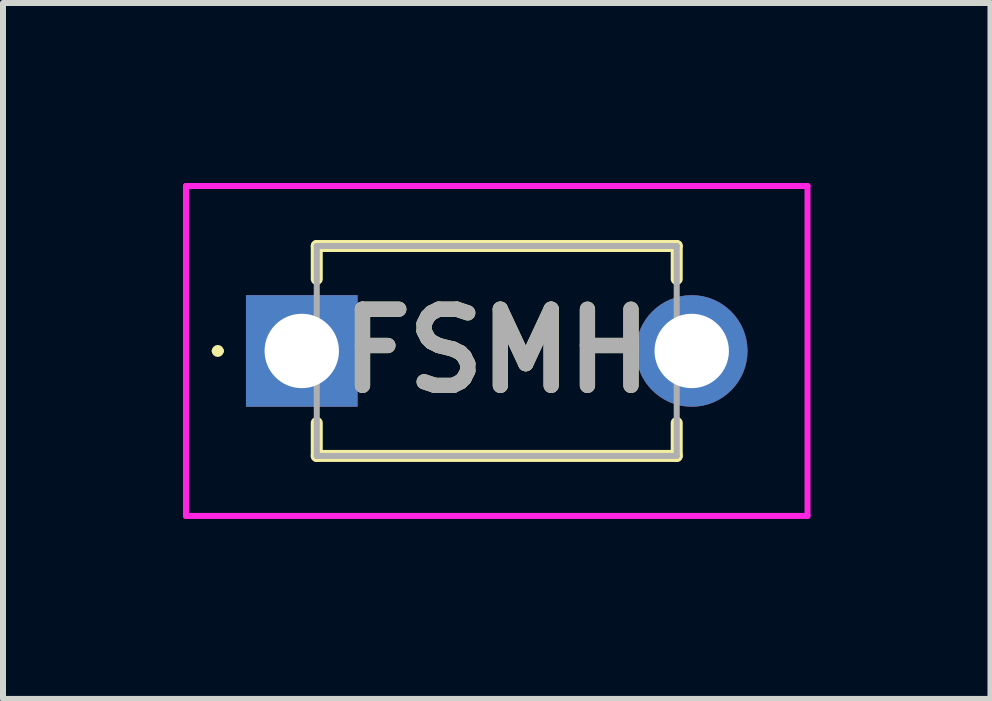
<source format=kicad_pcb>
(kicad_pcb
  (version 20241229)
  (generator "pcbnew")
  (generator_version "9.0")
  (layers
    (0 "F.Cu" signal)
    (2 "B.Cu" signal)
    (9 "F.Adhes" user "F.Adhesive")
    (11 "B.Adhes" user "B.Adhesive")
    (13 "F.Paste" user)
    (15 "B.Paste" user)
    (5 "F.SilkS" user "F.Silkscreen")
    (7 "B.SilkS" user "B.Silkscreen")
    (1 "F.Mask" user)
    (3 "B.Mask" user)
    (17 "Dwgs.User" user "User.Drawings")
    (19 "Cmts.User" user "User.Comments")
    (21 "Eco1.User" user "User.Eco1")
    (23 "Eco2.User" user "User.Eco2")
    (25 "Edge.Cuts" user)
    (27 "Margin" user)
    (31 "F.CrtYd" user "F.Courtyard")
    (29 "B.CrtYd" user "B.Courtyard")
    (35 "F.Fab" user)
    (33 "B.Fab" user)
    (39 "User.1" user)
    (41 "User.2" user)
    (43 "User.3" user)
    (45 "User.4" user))
  (footprint "FSMH"
    (layer "F.Cu")
    (at 1.98 2.8)
    (property "Reference" "FSMH" (at 3.25 0 0) (layer "F.SilkS") (effects (font (size 1.27 1.27) (thickness 0.254))))
    (attr through_hole)
    (fp_line (start -1.45 0) (end -1.45 0) (stroke (width 0.1) (type solid)) (layer "F.SilkS"))
    (fp_line (start -1.35 0) (end -1.35 0) (stroke (width 0.1) (type solid)) (layer "F.SilkS"))
    (fp_line (start 0.25 -1.75) (end 6.25 -1.75) (stroke (width 0.2) (type solid)) (layer "F.SilkS"))
    (fp_line (start 0.25 -1.2) (end 0.25 -1.75) (stroke (width 0.2) (type solid)) (layer "F.SilkS"))
    (fp_line (start 0.25 1.2) (end 0.25 1.75) (stroke (width 0.2) (type solid)) (layer "F.SilkS"))
    (fp_line (start 0.25 1.75) (end 6.25 1.75) (stroke (width 0.2) (type solid)) (layer "F.SilkS"))
    (fp_line (start 6.25 -1.75) (end 6.25 -1.2) (stroke (width 0.2) (type solid)) (layer "F.SilkS"))
    (fp_line (start 6.25 1.75) (end 6.25 1.2) (stroke (width 0.2) (type solid)) (layer "F.SilkS"))
    (fp_arc (start -1.45 0) (mid -1.4 -0.05) (end -1.35 0) (stroke (width 0.1) (type solid)) (layer "F.SilkS"))
    (fp_arc (start -1.35 0) (mid -1.4 0.05) (end -1.45 0) (stroke (width 0.1) (type solid)) (layer "F.SilkS"))
    (fp_line (start -1.93 -2.75) (end 8.43 -2.75) (stroke (width 0.1) (type solid)) (layer "F.CrtYd"))
    (fp_line (start -1.93 2.75) (end -1.93 -2.75) (stroke (width 0.1) (type solid)) (layer "F.CrtYd"))
    (fp_line (start 8.43 -2.75) (end 8.43 2.75) (stroke (width 0.1) (type solid)) (layer "F.CrtYd"))
    (fp_line (start 8.43 2.75) (end -1.93 2.75) (stroke (width 0.1) (type solid)) (layer "F.CrtYd"))
    (fp_line (start 0.25 -1.75) (end 6.25 -1.75) (stroke (width 0.1) (type solid)) (layer "F.Fab"))
    (fp_line (start 0.25 1.75) (end 0.25 -1.75) (stroke (width 0.1) (type solid)) (layer "F.Fab"))
    (fp_line (start 6.25 -1.75) (end 6.25 1.75) (stroke (width 0.1) (type solid)) (layer "F.Fab"))
    (fp_line (start 6.25 1.75) (end 0.25 1.75) (stroke (width 0.1) (type solid)) (layer "F.Fab"))
    (fp_text user "${REFERENCE}" (at 3.25 0 0) (layer "F.Fab") (effects (font (size 1.27 1.27) (thickness 0.254))))
    (pad "1" thru_hole rect (at 0 0) (size 1.86 1.86) (drill 1.24) (layers "*.Cu" "*.Mask"))
    (pad "2" thru_hole circle (at 6.5 0) (size 1.86 1.86) (drill 1.24) (layers "*.Cu" "*.Mask")))
  (gr_rect
    (start -3 -3)
    (end 13.46 8.6)
    (stroke (width 0.1) (type default))
    (fill no)
    (layer "Edge.Cuts")))
</source>
